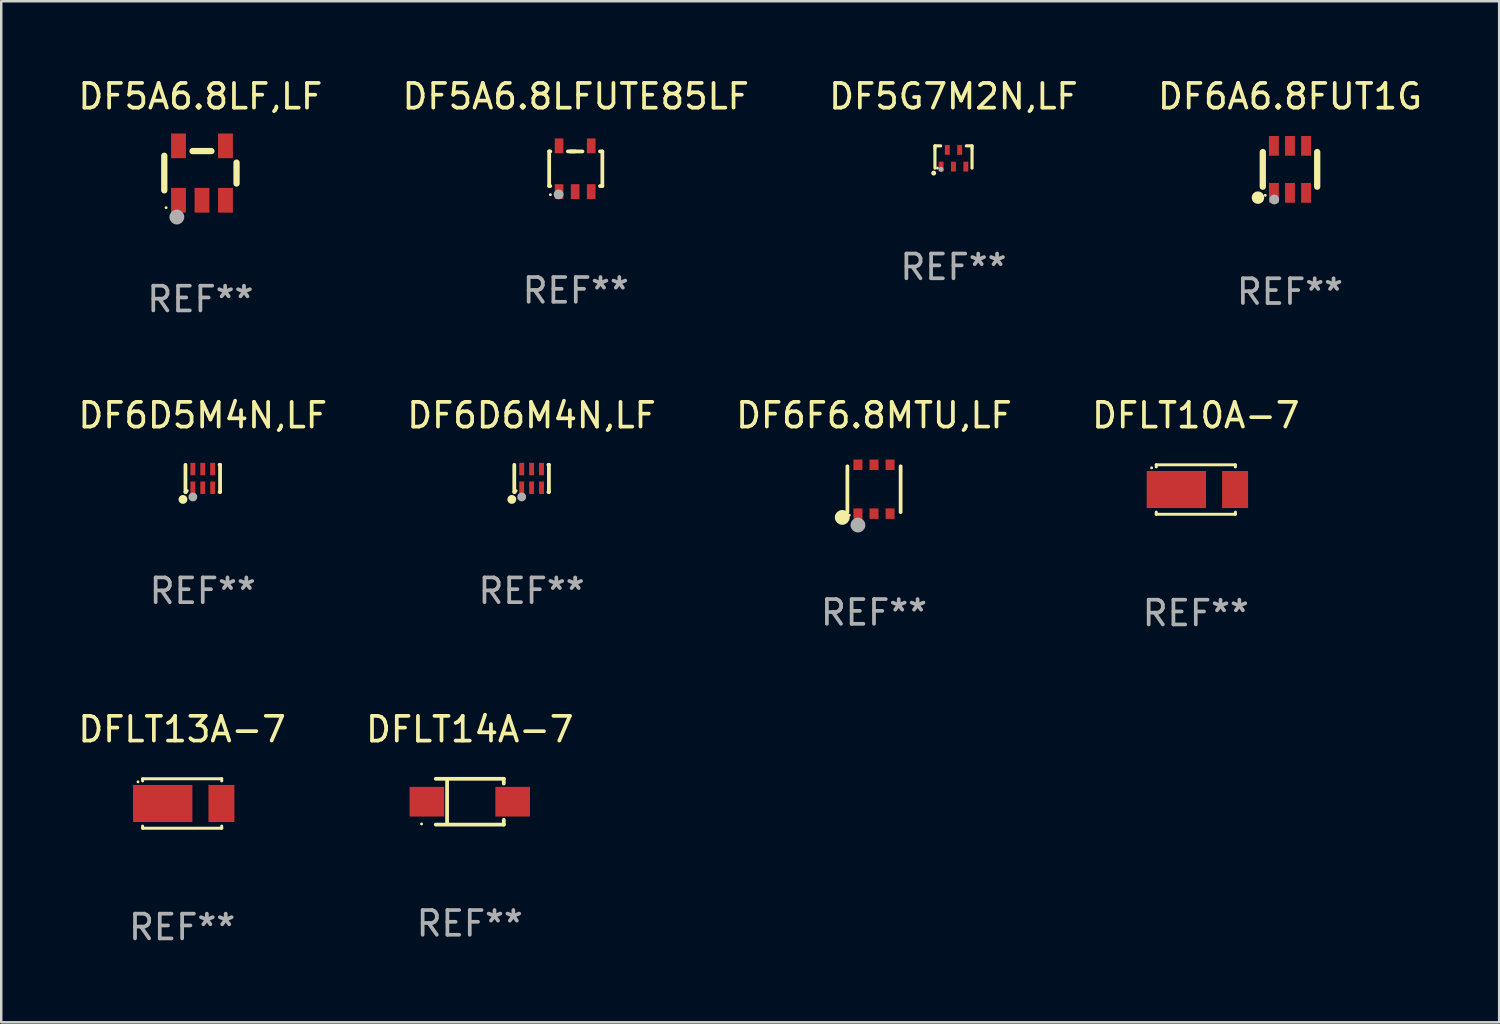
<source format=kicad_pcb>
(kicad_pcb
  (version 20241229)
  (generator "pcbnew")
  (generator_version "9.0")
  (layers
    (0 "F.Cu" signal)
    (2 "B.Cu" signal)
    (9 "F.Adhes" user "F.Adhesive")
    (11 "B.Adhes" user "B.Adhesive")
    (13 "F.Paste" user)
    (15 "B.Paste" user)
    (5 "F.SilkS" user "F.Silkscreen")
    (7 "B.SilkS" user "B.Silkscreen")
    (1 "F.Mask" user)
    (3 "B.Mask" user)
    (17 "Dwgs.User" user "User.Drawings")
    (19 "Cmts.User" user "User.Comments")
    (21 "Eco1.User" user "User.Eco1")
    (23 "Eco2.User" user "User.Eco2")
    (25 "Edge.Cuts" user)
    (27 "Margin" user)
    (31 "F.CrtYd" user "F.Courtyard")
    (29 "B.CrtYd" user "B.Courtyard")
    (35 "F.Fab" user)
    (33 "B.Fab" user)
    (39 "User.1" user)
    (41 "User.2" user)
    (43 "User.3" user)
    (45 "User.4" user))
  (footprint "DFLT10A-7"
    (layer "F.Cu")
    (at 45.304 16.745)
    (property "Reference" "DFLT10A-7" (at 0 -3 0) (layer "F.SilkS") (effects (font (size 1 1) (thickness 0.15))))
    (attr through_hole)
    (fp_line (start -1.599 -1) (end -1.599 -0.913) (stroke (width 0.12) (type solid)) (layer "F.SilkS"))
    (fp_line (start -1.599 0.913) (end -1.599 1) (stroke (width 0.12) (type solid)) (layer "F.SilkS"))
    (fp_line (start -1.599 1) (end 1.601 1) (stroke (width 0.12) (type solid)) (layer "F.SilkS"))
    (fp_line (start 1.599 -1) (end -1.601 -1) (stroke (width 0.12) (type solid)) (layer "F.SilkS"))
    (fp_line (start 1.601 -1) (end 1.601 -0.913) (stroke (width 0.12) (type solid)) (layer "F.SilkS"))
    (fp_line (start 1.601 0.913) (end 1.601 1) (stroke (width 0.12) (type solid)) (layer "F.SilkS"))
    (fp_circle (center -1.785 -0.876) (end -1.755 -0.876) (stroke (width 0.06) (type solid)) (fill no) (layer "F.SilkS"))
    (fp_text user "REF**" (at 0 5 0) (layer "F.Fab") (effects (font (size 1 1) (thickness 0.15))))
    (pad "1" smd rect (at -0.786 0 180) (size 2.4 1.5) (layers "F.Cu" "F.Mask" "F.Paste"))
    (pad "2" smd rect (at 1.589 0 180) (size 1.05 1.5) (layers "F.Cu" "F.Mask" "F.Paste")))
  (footprint "DF5A6.8LF,LF"
    (layer "F.Cu")
    (at 5.054 3.948)
    (property "Reference" "DF5A6.8LF,LF" (at 0 -3.1 0) (layer "F.SilkS") (effects (font (size 1 1) (thickness 0.15))))
    (attr through_hole)
    (fp_line (start -1.461 -0.699) (end -1.461 0.699) (stroke (width 0.254) (type solid)) (layer "F.SilkS"))
    (fp_line (start -0.318 -0.889) (end 0.445 -0.889) (stroke (width 0.254) (type solid)) (layer "F.SilkS"))
    (fp_line (start 1.461 -0.422) (end 1.461 0.422) (stroke (width 0.254) (type solid)) (layer "F.SilkS"))
    (fp_circle (center -1.387 1.4) (end -1.357 1.4) (stroke (width 0.06) (type solid)) (fill no) (layer "F.SilkS"))
    (fp_circle (center -0.953 1.778) (end -0.802 1.778) (stroke (width 0.3) (type solid)) (fill no) (layer "F.Fab"))
    (fp_text user "REF**" (at 0 5.1 0) (layer "F.Fab") (effects (font (size 1 1) (thickness 0.15))))
    (pad "1" smd rect (at -0.886 1.1) (size 0.6 1) (layers "F.Cu" "F.Mask" "F.Paste"))
    (pad "2" smd rect (at 0.064 1.1) (size 0.6 1) (layers "F.Cu" "F.Mask" "F.Paste"))
    (pad "3" smd rect (at 1.013 1.1) (size 0.6 1) (layers "F.Cu" "F.Mask" "F.Paste"))
    (pad "4" smd rect (at 1.013 -1.1) (size 0.6 1) (layers "F.Cu" "F.Mask" "F.Paste"))
    (pad "5" smd rect (at -0.886 -1.1) (size 0.6 1) (layers "F.Cu" "F.Mask" "F.Paste")))
  (footprint "DF6D5M4N,LF"
    (layer "F.Cu")
    (at 5.149 16.295)
    (property "Reference" "DF6D5M4N,LF" (at 0 -2.55 0) (layer "F.SilkS") (effects (font (size 1 1) (thickness 0.15))))
    (attr through_hole)
    (fp_line (start -0.7 -0.55) (end -0.7 0.55) (stroke (width 0.152) (type solid)) (layer "F.SilkS"))
    (fp_line (start -0.7 0.55) (end -0.68 0.55) (stroke (width 0.152) (type solid)) (layer "F.SilkS"))
    (fp_line (start 0.68 0.55) (end 0.7 0.55) (stroke (width 0.152) (type solid)) (layer "F.SilkS"))
    (fp_line (start 0.7 -0.55) (end 0.68 -0.55) (stroke (width 0.152) (type solid)) (layer "F.SilkS"))
    (fp_line (start 0.7 0.55) (end 0.7 -0.55) (stroke (width 0.152) (type solid)) (layer "F.SilkS"))
    (fp_circle (center -0.8 0.85) (end -0.71 0.85) (stroke (width 0.18) (type solid)) (fill no) (layer "F.SilkS"))
    (fp_circle (center -0.625 0.5) (end -0.595 0.5) (stroke (width 0.06) (type solid)) (fill no) (layer "F.SilkS"))
    (fp_circle (center -0.4 0.75) (end -0.31 0.75) (stroke (width 0.18) (type solid)) (fill no) (layer "F.Fab"))
    (fp_text user "REF**" (at 0 4.55 0) (layer "F.Fab") (effects (font (size 1 1) (thickness 0.15))))
    (pad "1" smd rect (at -0.4 0.377) (size 0.2 0.505) (layers "F.Cu" "F.Mask" "F.Paste"))
    (pad "2" smd rect (at 0 0.377) (size 0.2 0.505) (layers "F.Cu" "F.Mask" "F.Paste"))
    (pad "3" smd rect (at 0.4 0.377) (size 0.2 0.505) (layers "F.Cu" "F.Mask" "F.Paste"))
    (pad "4" smd rect (at 0.4 -0.377) (size 0.2 0.505) (layers "F.Cu" "F.Mask" "F.Paste"))
    (pad "5" smd rect (at 0 -0.377) (size 0.2 0.505) (layers "F.Cu" "F.Mask" "F.Paste"))
    (pad "6" smd rect (at -0.4 -0.377) (size 0.2 0.505) (layers "F.Cu" "F.Mask" "F.Paste")))
  (footprint "DFLT14A-7"
    (layer "F.Cu")
    (at 15.946 29.368)
    (property "Reference" "DFLT14A-7" (at 0 -2.926 0) (layer "F.SilkS") (effects (font (size 1 1) (thickness 0.15))))
    (attr through_hole)
    (fp_line (start -1.376 -0.926) (end 1.376 -0.926) (stroke (width 0.152) (type solid)) (layer "F.SilkS"))
    (fp_line (start -1.376 0.926) (end 1.376 0.926) (stroke (width 0.152) (type solid)) (layer "F.SilkS"))
    (fp_line (start -0.917 -0.876) (end -0.917 0.876) (stroke (width 0.152) (type solid)) (layer "F.SilkS"))
    (fp_line (start 1.376 -0.926) (end 1.376 -0.733) (stroke (width 0.152) (type solid)) (layer "F.SilkS"))
    (fp_line (start 1.376 0.926) (end 1.376 0.733) (stroke (width 0.152) (type solid)) (layer "F.SilkS"))
    (fp_circle (center -1.95 0.9) (end -1.92 0.9) (stroke (width 0.06) (type solid)) (fill no) (layer "F.SilkS"))
    (fp_text user "REF**" (at 0 4.926 0) (layer "F.Fab") (effects (font (size 1 1) (thickness 0.15))))
    (pad "1" smd rect (at -1.735 0) (size 1.4 1.2) (layers "F.Cu" "F.Mask" "F.Paste"))
    (pad "2" smd rect (at 1.735 0) (size 1.4 1.2) (layers "F.Cu" "F.Mask" "F.Paste")))
  (footprint "DF6D6M4N,LF"
    (layer "F.Cu")
    (at 18.446 16.295)
    (property "Reference" "DF6D6M4N,LF" (at 0 -2.55 0) (layer "F.SilkS") (effects (font (size 1 1) (thickness 0.15))))
    (attr through_hole)
    (fp_line (start -0.7 -0.55) (end -0.7 0.55) (stroke (width 0.152) (type solid)) (layer "F.SilkS"))
    (fp_line (start -0.7 0.55) (end -0.68 0.55) (stroke (width 0.152) (type solid)) (layer "F.SilkS"))
    (fp_line (start 0.68 0.55) (end 0.7 0.55) (stroke (width 0.152) (type solid)) (layer "F.SilkS"))
    (fp_line (start 0.7 -0.55) (end 0.68 -0.55) (stroke (width 0.152) (type solid)) (layer "F.SilkS"))
    (fp_line (start 0.7 0.55) (end 0.7 -0.55) (stroke (width 0.152) (type solid)) (layer "F.SilkS"))
    (fp_circle (center -0.8 0.85) (end -0.71 0.85) (stroke (width 0.18) (type solid)) (fill no) (layer "F.SilkS"))
    (fp_circle (center -0.625 0.5) (end -0.595 0.5) (stroke (width 0.06) (type solid)) (fill no) (layer "F.SilkS"))
    (fp_circle (center -0.4 0.75) (end -0.31 0.75) (stroke (width 0.18) (type solid)) (fill no) (layer "F.Fab"))
    (fp_text user "REF**" (at 0 4.55 0) (layer "F.Fab") (effects (font (size 1 1) (thickness 0.15))))
    (pad "1" smd rect (at -0.4 0.377) (size 0.2 0.505) (layers "F.Cu" "F.Mask" "F.Paste"))
    (pad "2" smd rect (at 0 0.377) (size 0.2 0.505) (layers "F.Cu" "F.Mask" "F.Paste"))
    (pad "3" smd rect (at 0.4 0.377) (size 0.2 0.505) (layers "F.Cu" "F.Mask" "F.Paste"))
    (pad "4" smd rect (at 0.4 -0.377) (size 0.2 0.505) (layers "F.Cu" "F.Mask" "F.Paste"))
    (pad "5" smd rect (at 0 -0.377) (size 0.2 0.505) (layers "F.Cu" "F.Mask" "F.Paste"))
    (pad "6" smd rect (at -0.4 -0.377) (size 0.2 0.505) (layers "F.Cu" "F.Mask" "F.Paste")))
  (footprint "DF5A6.8LFUTE85LF"
    (layer "F.Cu")
    (at 20.232 3.773)
    (property "Reference" "DF5A6.8LFUTE85LF" (at 0 -2.925 0) (layer "F.SilkS") (effects (font (size 1 1) (thickness 0.15))))
    (attr through_hole)
    (fp_line (start -1.075 -0.7) (end -1.075 0.7) (stroke (width 0.152) (type solid)) (layer "F.SilkS"))
    (fp_line (start -1.075 0.7) (end -1.03 0.7) (stroke (width 0.152) (type solid)) (layer "F.SilkS"))
    (fp_line (start -1.03 -0.7) (end -1.075 -0.7) (stroke (width 0.152) (type solid)) (layer "F.SilkS"))
    (fp_line (start -0.025 -0.7) (end -0.32 -0.7) (stroke (width 0.152) (type solid)) (layer "F.SilkS"))
    (fp_line (start 0.27 -0.7) (end -0.225 -0.7) (stroke (width 0.152) (type solid)) (layer "F.SilkS"))
    (fp_line (start 0.98 0.7) (end 1.075 0.7) (stroke (width 0.152) (type solid)) (layer "F.SilkS"))
    (fp_line (start 1.075 -0.7) (end 0.98 -0.7) (stroke (width 0.152) (type solid)) (layer "F.SilkS"))
    (fp_line (start 1.075 0.7) (end 1.075 -0.7) (stroke (width 0.152) (type solid)) (layer "F.SilkS"))
    (fp_circle (center -1.025 1.05) (end -0.995 1.05) (stroke (width 0.06) (type solid)) (fill no) (layer "F.SilkS"))
    (fp_circle (center -0.694 1.037) (end -0.594 1.037) (stroke (width 0.2) (type solid)) (fill no) (layer "F.Fab"))
    (fp_text user "REF**" (at 0 4.925 0) (layer "F.Fab") (effects (font (size 1 1) (thickness 0.15))))
    (pad "1" smd rect (at -0.675 0.925 180) (size 0.35 0.6) (layers "F.Cu" "F.Mask" "F.Paste"))
    (pad "2" smd rect (at -0.025 0.925 180) (size 0.35 0.6) (layers "F.Cu" "F.Mask" "F.Paste"))
    (pad "3" smd rect (at 0.625 0.925 180) (size 0.35 0.6) (layers "F.Cu" "F.Mask" "F.Paste"))
    (pad "4" smd rect (at 0.625 -0.925) (size 0.35 0.6) (layers "F.Cu" "F.Mask" "F.Paste"))
    (pad "5" smd rect (at -0.675 -0.925) (size 0.35 0.6) (layers "F.Cu" "F.Mask" "F.Paste")))
  (footprint "DF6F6.8MTU,LF"
    (layer "F.Cu")
    (at 32.292 16.732)
    (property "Reference" "DF6F6.8MTU,LF" (at 0 -2.988 0) (layer "F.SilkS") (effects (font (size 1 1) (thickness 0.15))))
    (attr through_hole)
    (fp_line (start -1.076 0.926) (end -1.076 -0.926) (stroke (width 0.152) (type solid)) (layer "F.SilkS"))
    (fp_line (start 1.076 0.926) (end 1.076 -0.926) (stroke (width 0.152) (type solid)) (layer "F.SilkS"))
    (fp_circle (center -1.284 1.14) (end -1.134 1.14) (stroke (width 0.3) (type solid)) (fill no) (layer "F.SilkS"))
    (fp_circle (center -1 1.05) (end -0.97 1.05) (stroke (width 0.06) (type solid)) (fill no) (layer "F.SilkS"))
    (fp_circle (center -0.65 1.45) (end -0.5 1.45) (stroke (width 0.3) (type solid)) (fill no) (layer "F.Fab"))
    (fp_text user "REF**" (at 0 4.988 0) (layer "F.Fab") (effects (font (size 1 1) (thickness 0.15))))
    (pad "1" smd rect (at -0.65 0.988) (size 0.364 0.425) (layers "F.Cu" "F.Mask" "F.Paste"))
    (pad "2" smd rect (at 0 0.988) (size 0.364 0.425) (layers "F.Cu" "F.Mask" "F.Paste"))
    (pad "3" smd rect (at 0.65 0.988) (size 0.364 0.425) (layers "F.Cu" "F.Mask" "F.Paste"))
    (pad "4" smd rect (at 0.65 -0.988) (size 0.364 0.425) (layers "F.Cu" "F.Mask" "F.Paste"))
    (pad "5" smd rect (at 0 -0.988) (size 0.364 0.425) (layers "F.Cu" "F.Mask" "F.Paste"))
    (pad "6" smd rect (at -0.65 -0.988) (size 0.364 0.425) (layers "F.Cu" "F.Mask" "F.Paste")))
  (footprint "DF6A6.8FUT1G"
    (layer "F.Cu")
    (at 49.113 3.798)
    (property "Reference" "DF6A6.8FUT1G" (at 0 -2.95 0) (layer "F.SilkS") (effects (font (size 1 1) (thickness 0.15))))
    (attr through_hole)
    (fp_line (start -1.1 -0.7) (end -1.1 0.7) (stroke (width 0.254) (type solid)) (layer "F.SilkS"))
    (fp_line (start 1.1 -0.7) (end 1.1 0.7) (stroke (width 0.254) (type solid)) (layer "F.SilkS"))
    (fp_circle (center -1.295 1.143) (end -1.168 1.143) (stroke (width 0.254) (type solid)) (fill no) (layer "F.SilkS"))
    (fp_circle (center -1 1.05) (end -0.97 1.05) (stroke (width 0.06) (type solid)) (fill no) (layer "F.SilkS"))
    (fp_circle (center -0.635 1.219) (end -0.535 1.219) (stroke (width 0.2) (type solid)) (fill no) (layer "F.Fab"))
    (fp_text user "REF**" (at 0 4.95 0) (layer "F.Fab") (effects (font (size 1 1) (thickness 0.15))))
    (pad "1" smd rect (at -0.65 0.95) (size 0.4 0.8) (layers "F.Cu" "F.Mask" "F.Paste"))
    (pad "2" smd rect (at 0 0.95) (size 0.4 0.8) (layers "F.Cu" "F.Mask" "F.Paste"))
    (pad "3" smd rect (at 0.65 0.95) (size 0.4 0.8) (layers "F.Cu" "F.Mask" "F.Paste"))
    (pad "4" smd rect (at 0.65 -0.95) (size 0.4 0.8) (layers "F.Cu" "F.Mask" "F.Paste"))
    (pad "5" smd rect (at 0 -0.95) (size 0.4 0.8) (layers "F.Cu" "F.Mask" "F.Paste"))
    (pad "6" smd rect (at -0.65 -0.95) (size 0.4 0.8) (layers "F.Cu" "F.Mask" "F.Paste")))
  (footprint "DFLT13A-7"
    (layer "F.Cu")
    (at 4.315 29.441)
    (property "Reference" "DFLT13A-7" (at 0 -3 0) (layer "F.SilkS") (effects (font (size 1 1) (thickness 0.15))))
    (attr through_hole)
    (fp_line (start -1.599 -1) (end -1.599 -0.913) (stroke (width 0.12) (type solid)) (layer "F.SilkS"))
    (fp_line (start -1.599 0.913) (end -1.599 1) (stroke (width 0.12) (type solid)) (layer "F.SilkS"))
    (fp_line (start -1.599 1) (end 1.601 1) (stroke (width 0.12) (type solid)) (layer "F.SilkS"))
    (fp_line (start 1.599 -1) (end -1.601 -1) (stroke (width 0.12) (type solid)) (layer "F.SilkS"))
    (fp_line (start 1.601 -1) (end 1.601 -0.913) (stroke (width 0.12) (type solid)) (layer "F.SilkS"))
    (fp_line (start 1.601 0.913) (end 1.601 1) (stroke (width 0.12) (type solid)) (layer "F.SilkS"))
    (fp_circle (center -1.785 -0.876) (end -1.755 -0.876) (stroke (width 0.06) (type solid)) (fill no) (layer "F.SilkS"))
    (fp_text user "REF**" (at 0 5 0) (layer "F.Fab") (effects (font (size 1 1) (thickness 0.15))))
    (pad "1" smd rect (at -0.786 0 180) (size 2.4 1.5) (layers "F.Cu" "F.Mask" "F.Paste"))
    (pad "2" smd rect (at 1.589 0 180) (size 1.05 1.5) (layers "F.Cu" "F.Mask" "F.Paste")))
  (footprint "DF5G7M2N,LF"
    (layer "F.Cu")
    (at 35.506 3.298)
    (property "Reference" "DF5G7M2N,LF" (at 0 -2.45 0) (layer "F.SilkS") (effects (font (size 1 1) (thickness 0.15))))
    (attr through_hole)
    (fp_line (start -0.75 -0.45) (end -0.518 -0.45) (stroke (width 0.127) (type solid)) (layer "F.SilkS"))
    (fp_line (start -0.75 -0.35) (end -0.75 -0.45) (stroke (width 0.127) (type solid)) (layer "F.SilkS"))
    (fp_line (start -0.75 -0.35) (end -0.75 0.45) (stroke (width 0.127) (type solid)) (layer "F.SilkS"))
    (fp_line (start 0.518 -0.45) (end 0.75 -0.45) (stroke (width 0.127) (type solid)) (layer "F.SilkS"))
    (fp_line (start 0.75 -0.45) (end 0.75 -0.35) (stroke (width 0.127) (type solid)) (layer "F.SilkS"))
    (fp_line (start 0.75 -0.35) (end 0.75 0.45) (stroke (width 0.127) (type solid)) (layer "F.SilkS"))
    (fp_circle (center -0.8 0.65) (end -0.75 0.65) (stroke (width 0.1) (type solid)) (fill no) (layer "F.SilkS"))
    (fp_circle (center -0.65 0.45) (end -0.62 0.45) (stroke (width 0.06) (type solid)) (fill no) (layer "F.SilkS"))
    (fp_circle (center -0.5 0.5) (end -0.45 0.5) (stroke (width 0.1) (type solid)) (fill no) (layer "F.Fab"))
    (fp_text user "REF**" (at 0 4.45 0) (layer "F.Fab") (effects (font (size 1 1) (thickness 0.15))))
    (pad "1" smd rect (at -0.5 0.388 90) (size 0.4 0.2) (layers "F.Cu" "F.Mask" "F.Paste"))
    (pad "2" smd rect (at -0.00014 0.388 90) (size 0.4 0.2) (layers "F.Cu" "F.Mask" "F.Paste"))
    (pad "3" smd rect (at 0.5 0.388 90) (size 0.4 0.2) (layers "F.Cu" "F.Mask" "F.Paste"))
    (pad "4" smd rect (at 0.25 -0.288 90) (size 0.4 0.2) (layers "F.Cu" "F.Mask" "F.Paste"))
    (pad "5" smd rect (at -0.25 -0.288 90) (size 0.4 0.2) (layers "F.Cu" "F.Mask" "F.Paste")))
  (gr_rect
    (start -3 -3)
    (end 57.571 38.29)
    (stroke (width 0.1) (type default))
    (fill no)
    (layer "Edge.Cuts")))
</source>
